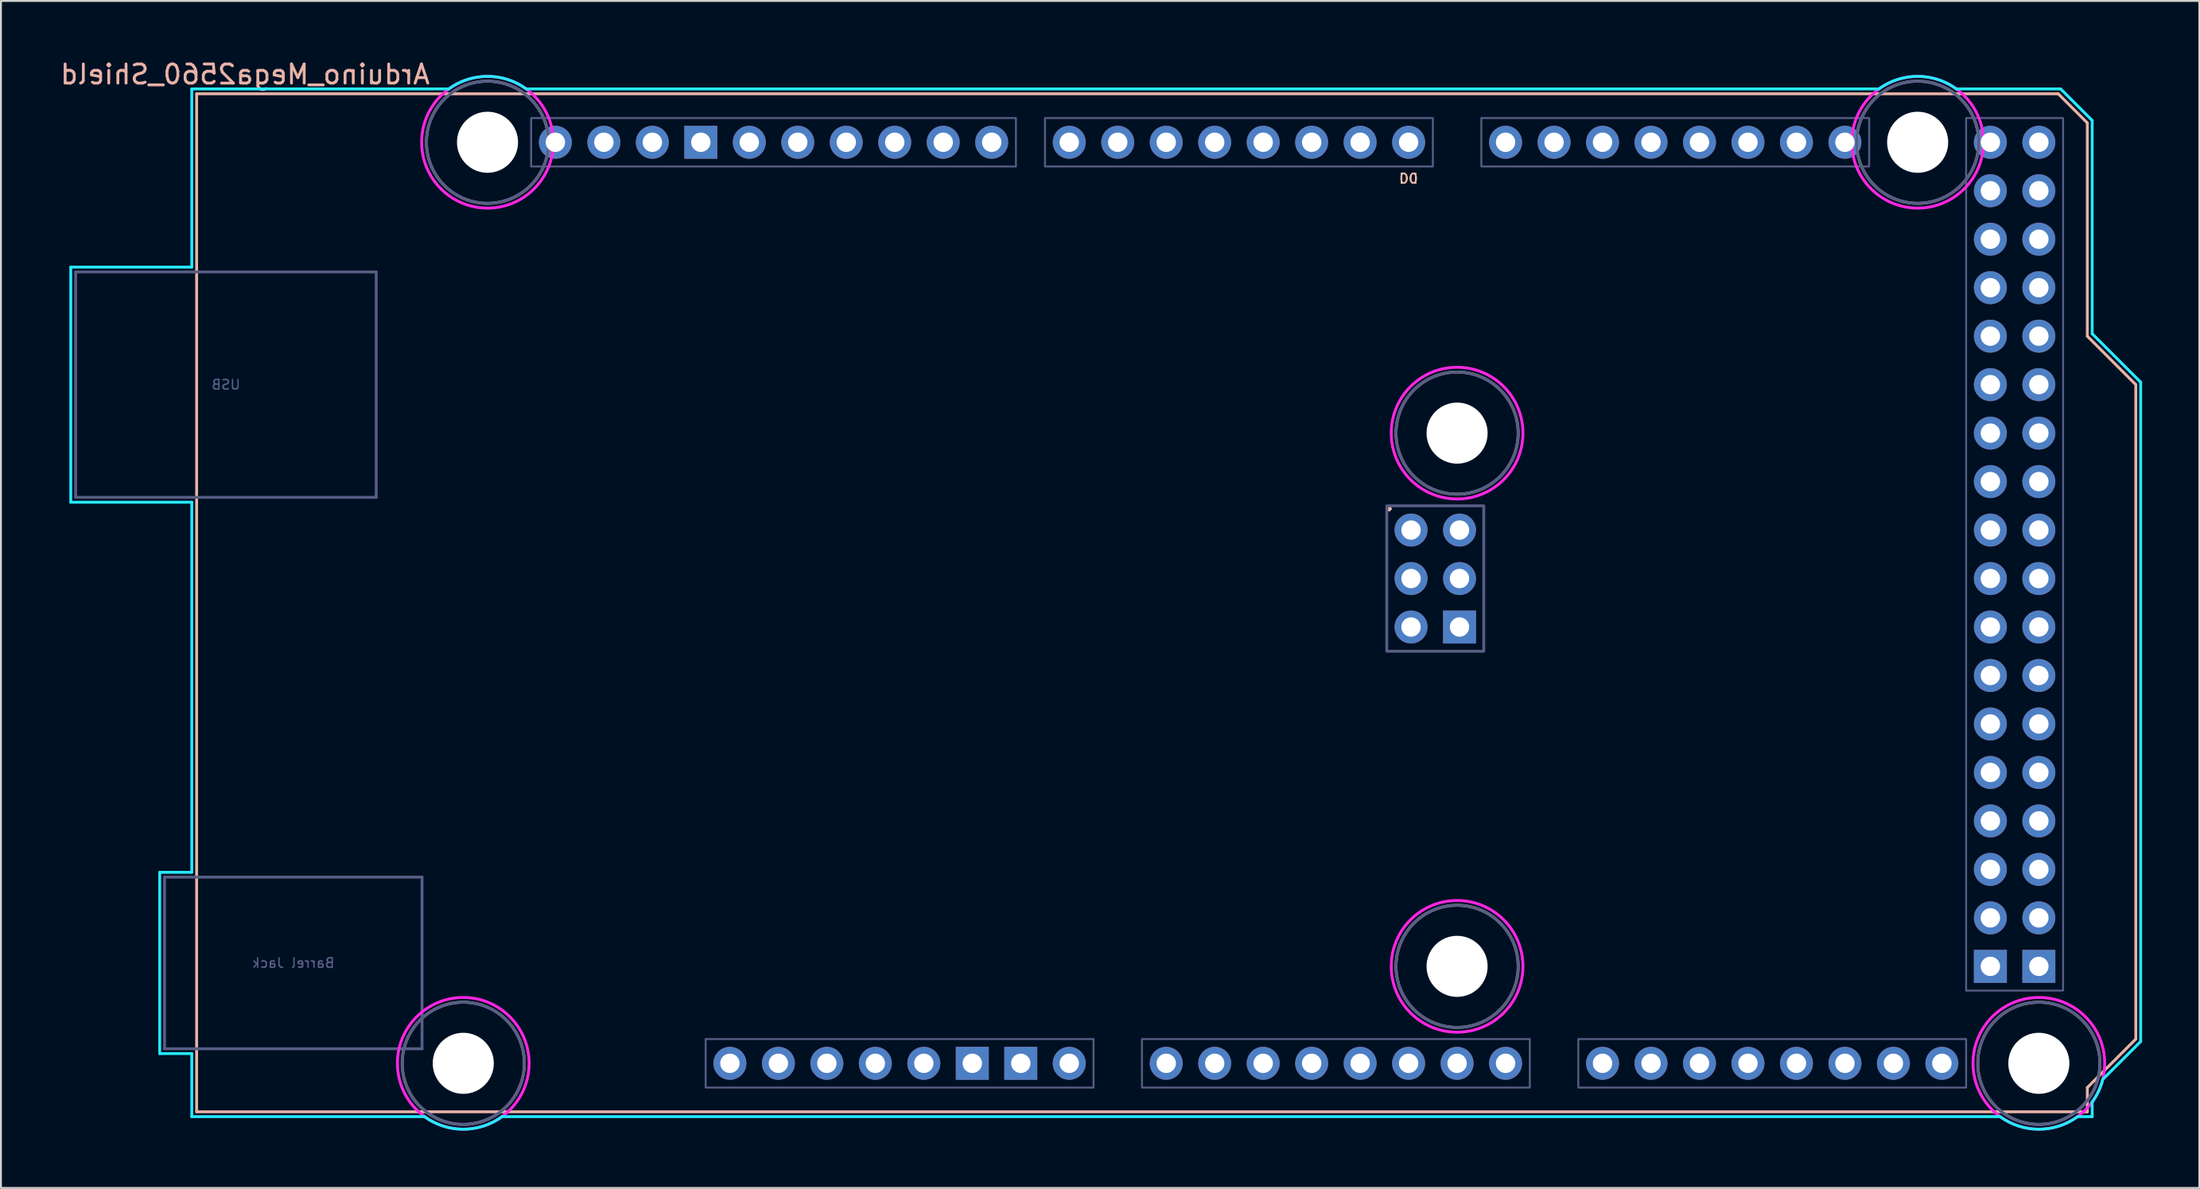
<source format=kicad_pcb>
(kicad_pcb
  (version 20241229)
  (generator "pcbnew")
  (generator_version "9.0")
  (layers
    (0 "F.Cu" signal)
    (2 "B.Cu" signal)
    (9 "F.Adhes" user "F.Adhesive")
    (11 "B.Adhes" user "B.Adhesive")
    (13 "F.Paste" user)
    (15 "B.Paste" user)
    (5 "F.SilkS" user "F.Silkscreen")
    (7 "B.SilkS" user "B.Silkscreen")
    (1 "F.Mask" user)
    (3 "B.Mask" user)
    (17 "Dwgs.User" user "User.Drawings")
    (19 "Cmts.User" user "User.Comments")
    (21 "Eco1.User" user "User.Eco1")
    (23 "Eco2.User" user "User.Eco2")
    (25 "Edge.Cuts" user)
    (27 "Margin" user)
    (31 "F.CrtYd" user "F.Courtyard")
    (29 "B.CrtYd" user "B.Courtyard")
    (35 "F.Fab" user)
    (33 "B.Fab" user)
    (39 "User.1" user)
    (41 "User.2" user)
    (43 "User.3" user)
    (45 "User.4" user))
  (footprint "Arduino_Mega2560_Shield"
    (layer "F.Cu")
    (at 7.252 55.204)
    (property "Reference" "Arduino_Mega2560_Shield" (at 2.54 -54.356 0) (layer "B.SilkS") (effects (font (size 1 1) (thickness 0.15)) (justify mirror)))
    (attr through_hole)
    (fp_line (start 0 -53.34) (end 0 0) (stroke (width 0.15) (type solid)) (layer "B.SilkS"))
    (fp_line (start 0 -53.34) (end 97.536 -53.34) (stroke (width 0.15) (type solid)) (layer "B.SilkS"))
    (fp_line (start 0 0) (end 99.06 0) (stroke (width 0.15) (type solid)) (layer "B.SilkS"))
    (fp_line (start 97.536 -53.34) (end 99.06 -51.816) (stroke (width 0.15) (type solid)) (layer "B.SilkS"))
    (fp_line (start 99.06 -40.64) (end 99.06 -51.816) (stroke (width 0.15) (type solid)) (layer "B.SilkS"))
    (fp_line (start 99.06 -1.27) (end 101.6 -3.81) (stroke (width 0.15) (type solid)) (layer "B.SilkS"))
    (fp_line (start 99.06 0) (end 99.06 -1.27) (stroke (width 0.15) (type solid)) (layer "B.SilkS"))
    (fp_line (start 101.6 -38.1) (end 99.06 -40.64) (stroke (width 0.15) (type solid)) (layer "B.SilkS"))
    (fp_line (start 101.6 -3.81) (end 101.6 -38.1) (stroke (width 0.15) (type solid)) (layer "B.SilkS"))
    (fp_line (start -6.594 -44.258) (end -0.254 -44.258) (stroke (width 0.15) (type solid)) (layer "B.CrtYd"))
    (fp_line (start -6.594 -31.94) (end -6.594 -44.258) (stroke (width 0.15) (type solid)) (layer "B.CrtYd"))
    (fp_line (start -1.934 -12.548) (end -1.934 -3.049) (stroke (width 0.15) (type solid)) (layer "B.CrtYd"))
    (fp_line (start -1.934 -12.548) (end -0.254 -12.548) (stroke (width 0.15) (type solid)) (layer "B.CrtYd"))
    (fp_line (start -1.934 -3.049) (end -0.254 -3.049) (stroke (width 0.15) (type solid)) (layer "B.CrtYd"))
    (fp_line (start -0.254 -53.594) (end -0.254 -44.258) (stroke (width 0.15) (type solid)) (layer "B.CrtYd"))
    (fp_line (start -0.254 -31.94) (end -6.594 -31.94) (stroke (width 0.15) (type solid)) (layer "B.CrtYd"))
    (fp_line (start -0.254 -31.94) (end -0.254 -12.548) (stroke (width 0.15) (type solid)) (layer "B.CrtYd"))
    (fp_line (start -0.254 -3.049) (end -0.254 0.254) (stroke (width 0.15) (type solid)) (layer "B.CrtYd"))
    (fp_line (start 11.938 0.254) (end -0.254 0.254) (stroke (width 0.15) (type solid)) (layer "B.CrtYd"))
    (fp_line (start 13.208 -53.594) (end -0.254 -53.594) (stroke (width 0.15) (type solid)) (layer "B.CrtYd"))
    (fp_line (start 16.002 0.254) (end 94.488 0.254) (stroke (width 0.15) (type solid)) (layer "B.CrtYd"))
    (fp_line (start 17.272 -53.594) (end 88.138 -53.594) (stroke (width 0.15) (type solid)) (layer "B.CrtYd"))
    (fp_line (start 97.663 -53.594) (end 92.202 -53.594) (stroke (width 0.15) (type solid)) (layer "B.CrtYd"))
    (fp_line (start 97.663 -53.594) (end 99.314 -51.943) (stroke (width 0.15) (type solid)) (layer "B.CrtYd"))
    (fp_line (start 99.314 -40.767) (end 99.314 -51.943) (stroke (width 0.15) (type solid)) (layer "B.CrtYd"))
    (fp_line (start 99.314 0.254) (end 98.552 0.254) (stroke (width 0.15) (type solid)) (layer "B.CrtYd"))
    (fp_line (start 99.314 0.254) (end 99.314 -0.508) (stroke (width 0.15) (type solid)) (layer "B.CrtYd"))
    (fp_line (start 99.873 -1.702) (end 101.854 -3.683) (stroke (width 0.15) (type solid)) (layer "B.CrtYd"))
    (fp_line (start 101.854 -38.227) (end 99.314 -40.767) (stroke (width 0.15) (type solid)) (layer "B.CrtYd"))
    (fp_line (start 101.854 -3.683) (end 101.854 -38.227) (stroke (width 0.15) (type solid)) (layer "B.CrtYd"))
    (fp_arc (start 13.208 -53.594) (mid 15.24 -54.254237) (end 17.272 -53.594) (stroke (width 0.15) (type solid)) (layer "B.CrtYd"))
    (fp_arc (start 16.002 0.254) (mid 13.97 0.914237) (end 11.938 0.254) (stroke (width 0.15) (type solid)) (layer "B.CrtYd"))
    (fp_arc (start 88.138 -53.594) (mid 90.17 -54.254237) (end 92.202 -53.594) (stroke (width 0.15) (type solid)) (layer "B.CrtYd"))
    (fp_arc (start 98.552 0.254) (mid 96.52 0.914237) (end 94.488 0.254) (stroke (width 0.15) (type solid)) (layer "B.CrtYd"))
    (fp_arc (start 99.8728 -1.7018) (mid 99.650925 -1.077973) (end 99.314 -0.508) (stroke (width 0.15) (type solid)) (layer "B.CrtYd"))
    (fp_circle (center 13.97 -2.54) (end 17.42 -2.54) (stroke (width 0.15) (type solid)) (fill no) (layer "F.CrtYd"))
    (fp_circle (center 15.24 -50.8) (end 18.69 -50.8) (stroke (width 0.15) (type solid)) (fill no) (layer "F.CrtYd"))
    (fp_circle (center 66.04 -35.56) (end 69.49 -35.56) (stroke (width 0.15) (type solid)) (fill no) (layer "F.CrtYd"))
    (fp_circle (center 66.04 -7.62) (end 69.49 -7.62) (stroke (width 0.15) (type solid)) (fill no) (layer "F.CrtYd"))
    (fp_circle (center 90.17 -50.8) (end 93.62 -50.8) (stroke (width 0.15) (type solid)) (fill no) (layer "F.CrtYd"))
    (fp_circle (center 96.52 -2.54) (end 99.97 -2.54) (stroke (width 0.15) (type solid)) (fill no) (layer "F.CrtYd"))
    (fp_line (start -6.34 -44.004) (end 9.41 -44.004) (stroke (width 0.15) (type solid)) (layer "B.Fab"))
    (fp_line (start -6.34 -32.194) (end -6.34 -44.004) (stroke (width 0.15) (type solid)) (layer "B.Fab"))
    (fp_line (start -6.34 -32.194) (end 9.41 -32.194) (stroke (width 0.15) (type solid)) (layer "B.Fab"))
    (fp_line (start -1.68 -12.294) (end -1.68 -3.303) (stroke (width 0.15) (type solid)) (layer "B.Fab"))
    (fp_line (start -1.68 -12.294) (end 11.81 -12.294) (stroke (width 0.15) (type solid)) (layer "B.Fab"))
    (fp_line (start -1.68 -3.303) (end 11.81 -3.303) (stroke (width 0.15) (type solid)) (layer "B.Fab"))
    (fp_line (start 9.41 -32.194) (end 9.41 -44.004) (stroke (width 0.15) (type solid)) (layer "B.Fab"))
    (fp_line (start 11.81 -12.294) (end 11.81 -3.303) (stroke (width 0.15) (type solid)) (layer "B.Fab"))
    (fp_rect (start 17.526 -52.07) (end 42.926 -49.53) (stroke (width 0.1) (type solid)) (fill no) (layer "B.Fab"))
    (fp_rect (start 26.67 -3.81) (end 46.99 -1.27) (stroke (width 0.1) (type solid)) (fill no) (layer "B.Fab"))
    (fp_rect (start 44.45 -52.07) (end 64.77 -49.53) (stroke (width 0.1) (type solid)) (fill no) (layer "B.Fab"))
    (fp_rect (start 49.53 -3.81) (end 69.85 -1.27) (stroke (width 0.1) (type solid)) (fill no) (layer "B.Fab"))
    (fp_rect (start 62.357 -31.75) (end 67.437 -24.13) (stroke (width 0.15) (type solid)) (fill no) (layer "B.Fab"))
    (fp_rect (start 67.31 -52.07) (end 87.63 -49.53) (stroke (width 0.1) (type solid)) (fill no) (layer "B.Fab"))
    (fp_rect (start 72.39 -3.81) (end 92.71 -1.27) (stroke (width 0.1) (type solid)) (fill no) (layer "B.Fab"))
    (fp_rect (start 92.71 -52.07) (end 97.79 -6.35) (stroke (width 0.1) (type solid)) (fill no) (layer "B.Fab"))
    (fp_circle (center 13.97 -2.54) (end 17.17 -2.54) (stroke (width 0.15) (type solid)) (fill no) (layer "B.Fab"))
    (fp_circle (center 15.24 -50.8) (end 18.44 -50.8) (stroke (width 0.15) (type solid)) (fill no) (layer "B.Fab"))
    (fp_circle (center 66.04 -35.56) (end 69.24 -35.56) (stroke (width 0.15) (type solid)) (fill no) (layer "B.Fab"))
    (fp_circle (center 66.04 -7.62) (end 69.24 -7.62) (stroke (width 0.15) (type solid)) (fill no) (layer "B.Fab"))
    (fp_circle (center 90.17 -50.8) (end 93.37 -50.8) (stroke (width 0.15) (type solid)) (fill no) (layer "B.Fab"))
    (fp_circle (center 96.52 -2.54) (end 99.72 -2.54) (stroke (width 0.15) (type solid)) (fill no) (layer "B.Fab"))
    (fp_circle (center 13.97 -2.54) (end 17.17 -2.54) (stroke (width 0.15) (type solid)) (fill no) (layer "F.Fab"))
    (fp_circle (center 15.24 -50.8) (end 18.44 -50.8) (stroke (width 0.15) (type solid)) (fill no) (layer "F.Fab"))
    (fp_circle (center 66.04 -35.56) (end 69.24 -35.56) (stroke (width 0.15) (type solid)) (fill no) (layer "F.Fab"))
    (fp_circle (center 66.04 -7.62) (end 69.24 -7.62) (stroke (width 0.15) (type solid)) (fill no) (layer "F.Fab"))
    (fp_circle (center 90.17 -50.8) (end 93.37 -50.8) (stroke (width 0.15) (type solid)) (fill no) (layer "F.Fab"))
    (fp_circle (center 96.52 -2.54) (end 99.72 -2.54) (stroke (width 0.15) (type solid)) (fill no) (layer "F.Fab"))
    (fp_text user "D0" (at 63.5 -48.895 0) (unlocked yes) (layer "F.SilkS") (effects (font (size 0.5 0.5) (thickness 0.075))))
    (fp_text user "." (at 62.484 -32.004 0) (layer "F.SilkS") (effects (font (size 1 1) (thickness 0.15))))
    (fp_text user "." (at 62.484 -32.004 0) (layer "B.SilkS") (effects (font (size 1 1) (thickness 0.15))))
    (fp_text user "D0" (at 63.5 -48.895 0) (unlocked yes) (layer "B.SilkS") (effects (font (size 0.5 0.5) (thickness 0.075)) (justify mirror)))
    (fp_text user "Barrel Jack" (at 5.065 -7.798 0) (layer "B.Fab") (effects (font (size 0.5 0.5) (thickness 0.075)) (justify mirror)))
    (fp_text user "USB" (at 1.535 -38.099 0) (layer "B.Fab") (effects (font (size 0.5 0.5) (thickness 0.075)) (justify mirror)))
    (pad "" np_thru_hole circle (at 13.97 -2.54) (size 3.2 3.2) (drill 3.2) (layers "*.Cu" "*.Mask"))
    (pad "" np_thru_hole circle (at 15.24 -50.8) (size 3.2 3.2) (drill 3.2) (layers "*.Cu" "*.Mask"))
    (pad "" thru_hole oval (at 27.94 -2.54) (size 1.727 1.727) (drill 1.016) (layers "*.Cu" "*.Mask"))
    (pad "" np_thru_hole circle (at 66.04 -35.56) (size 3.2 3.2) (drill 3.2) (layers "*.Cu" "*.Mask"))
    (pad "" np_thru_hole circle (at 66.04 -7.62) (size 3.2 3.2) (drill 3.2) (layers "*.Cu" "*.Mask"))
    (pad "" np_thru_hole circle (at 90.17 -50.8) (size 3.2 3.2) (drill 3.2) (layers "*.Cu" "*.Mask"))
    (pad "" np_thru_hole circle (at 96.52 -2.54) (size 3.2 3.2) (drill 3.2) (layers "*.Cu" "*.Mask"))
    (pad "3V3" thru_hole oval (at 35.56 -2.54) (size 1.727 1.727) (drill 1.016) (layers "*.Cu" "*.Mask"))
    (pad "5V1" thru_hole oval (at 38.1 -2.54) (size 1.727 1.727) (drill 1.016) (layers "*.Cu" "*.Mask"))
    (pad "5V2" thru_hole oval (at 66.167 -30.48) (size 1.727 1.727) (drill 1.016) (layers "*.Cu" "*.Mask"))
    (pad "5V3" thru_hole oval (at 93.98 -50.8) (size 1.727 1.727) (drill 1.016) (layers "*.Cu" "*.Mask"))
    (pad "5V4" thru_hole oval (at 96.52 -50.8) (size 1.727 1.727) (drill 1.016) (layers "*.Cu" "*.Mask"))
    (pad "A0" thru_hole oval (at 50.8 -2.54) (size 1.727 1.727) (drill 1.016) (layers "*.Cu" "*.Mask"))
    (pad "A1" thru_hole oval (at 53.34 -2.54) (size 1.727 1.727) (drill 1.016) (layers "*.Cu" "*.Mask"))
    (pad "A2" thru_hole oval (at 55.88 -2.54) (size 1.727 1.727) (drill 1.016) (layers "*.Cu" "*.Mask"))
    (pad "A3" thru_hole oval (at 58.42 -2.54) (size 1.727 1.727) (drill 1.016) (layers "*.Cu" "*.Mask"))
    (pad "A4" thru_hole oval (at 60.96 -2.54) (size 1.727 1.727) (drill 1.016) (layers "*.Cu" "*.Mask"))
    (pad "A5" thru_hole oval (at 63.5 -2.54) (size 1.727 1.727) (drill 1.016) (layers "*.Cu" "*.Mask"))
    (pad "A6" thru_hole oval (at 66.04 -2.54) (size 1.727 1.727) (drill 1.016) (layers "*.Cu" "*.Mask"))
    (pad "A7" thru_hole oval (at 68.58 -2.54) (size 1.727 1.727) (drill 1.016) (layers "*.Cu" "*.Mask"))
    (pad "A8" thru_hole oval (at 73.66 -2.54) (size 1.727 1.727) (drill 1.016) (layers "*.Cu" "*.Mask"))
    (pad "A9" thru_hole oval (at 76.2 -2.54) (size 1.727 1.727) (drill 1.016) (layers "*.Cu" "*.Mask"))
    (pad "A10" thru_hole oval (at 78.74 -2.54) (size 1.727 1.727) (drill 1.016) (layers "*.Cu" "*.Mask"))
    (pad "A11" thru_hole oval (at 81.28 -2.54) (size 1.727 1.727) (drill 1.016) (layers "*.Cu" "*.Mask"))
    (pad "A12" thru_hole oval (at 83.82 -2.54) (size 1.727 1.727) (drill 1.016) (layers "*.Cu" "*.Mask"))
    (pad "A13" thru_hole oval (at 86.36 -2.54) (size 1.727 1.727) (drill 1.016) (layers "*.Cu" "*.Mask"))
    (pad "A14" thru_hole oval (at 88.9 -2.54) (size 1.727 1.727) (drill 1.016) (layers "*.Cu" "*.Mask"))
    (pad "A15" thru_hole oval (at 91.44 -2.54) (size 1.727 1.727) (drill 1.016) (layers "*.Cu" "*.Mask"))
    (pad "AREF" thru_hole oval (at 23.876 -50.8) (size 1.727 1.727) (drill 1.016) (layers "*.Cu" "*.Mask"))
    (pad "D0" thru_hole oval (at 63.5 -50.8) (size 1.727 1.727) (drill 1.016) (layers "*.Cu" "*.Mask"))
    (pad "D1" thru_hole oval (at 60.96 -50.8) (size 1.727 1.727) (drill 1.016) (layers "*.Cu" "*.Mask"))
    (pad "D2" thru_hole oval (at 58.42 -50.8) (size 1.727 1.727) (drill 1.016) (layers "*.Cu" "*.Mask"))
    (pad "D3" thru_hole oval (at 55.88 -50.8) (size 1.727 1.727) (drill 1.016) (layers "*.Cu" "*.Mask"))
    (pad "D4" thru_hole oval (at 53.34 -50.8) (size 1.727 1.727) (drill 1.016) (layers "*.Cu" "*.Mask"))
    (pad "D5" thru_hole oval (at 50.8 -50.8) (size 1.727 1.727) (drill 1.016) (layers "*.Cu" "*.Mask"))
    (pad "D6" thru_hole oval (at 48.26 -50.8) (size 1.727 1.727) (drill 1.016) (layers "*.Cu" "*.Mask"))
    (pad "D7" thru_hole oval (at 45.72 -50.8) (size 1.727 1.727) (drill 1.016) (layers "*.Cu" "*.Mask"))
    (pad "D8" thru_hole oval (at 41.656 -50.8) (size 1.727 1.727) (drill 1.016) (layers "*.Cu" "*.Mask"))
    (pad "D9" thru_hole oval (at 39.116 -50.8) (size 1.727 1.727) (drill 1.016) (layers "*.Cu" "*.Mask"))
    (pad "D10" thru_hole oval (at 36.576 -50.8) (size 1.727 1.727) (drill 1.016) (layers "*.Cu" "*.Mask"))
    (pad "D11" thru_hole oval (at 34.036 -50.8) (size 1.727 1.727) (drill 1.016) (layers "*.Cu" "*.Mask"))
    (pad "D12" thru_hole oval (at 31.496 -50.8) (size 1.727 1.727) (drill 1.016) (layers "*.Cu" "*.Mask"))
    (pad "D13" thru_hole oval (at 28.956 -50.8) (size 1.727 1.727) (drill 1.016) (layers "*.Cu" "*.Mask"))
    (pad "D14" thru_hole oval (at 68.58 -50.8) (size 1.727 1.727) (drill 1.016) (layers "*.Cu" "*.Mask"))
    (pad "D15" thru_hole oval (at 71.12 -50.8) (size 1.727 1.727) (drill 1.016) (layers "*.Cu" "*.Mask"))
    (pad "D16" thru_hole oval (at 73.66 -50.8) (size 1.727 1.727) (drill 1.016) (layers "*.Cu" "*.Mask"))
    (pad "D17" thru_hole oval (at 76.2 -50.8) (size 1.727 1.727) (drill 1.016) (layers "*.Cu" "*.Mask"))
    (pad "D18" thru_hole oval (at 78.74 -50.8) (size 1.727 1.727) (drill 1.016) (layers "*.Cu" "*.Mask"))
    (pad "D19" thru_hole oval (at 81.28 -50.8) (size 1.727 1.727) (drill 1.016) (layers "*.Cu" "*.Mask"))
    (pad "D20" thru_hole oval (at 83.82 -50.8) (size 1.727 1.727) (drill 1.016) (layers "*.Cu" "*.Mask"))
    (pad "D21" thru_hole oval (at 86.36 -50.8) (size 1.727 1.727) (drill 1.016) (layers "*.Cu" "*.Mask"))
    (pad "D22" thru_hole oval (at 93.98 -48.26) (size 1.727 1.727) (drill 1.016) (layers "*.Cu" "*.Mask"))
    (pad "D23" thru_hole oval (at 96.52 -48.26) (size 1.727 1.727) (drill 1.016) (layers "*.Cu" "*.Mask"))
    (pad "D24" thru_hole oval (at 93.98 -45.72) (size 1.727 1.727) (drill 1.016) (layers "*.Cu" "*.Mask"))
    (pad "D25" thru_hole oval (at 96.52 -45.72) (size 1.727 1.727) (drill 1.016) (layers "*.Cu" "*.Mask"))
    (pad "D26" thru_hole oval (at 93.98 -43.18) (size 1.727 1.727) (drill 1.016) (layers "*.Cu" "*.Mask"))
    (pad "D27" thru_hole oval (at 96.52 -43.18) (size 1.727 1.727) (drill 1.016) (layers "*.Cu" "*.Mask"))
    (pad "D28" thru_hole oval (at 93.98 -40.64) (size 1.727 1.727) (drill 1.016) (layers "*.Cu" "*.Mask"))
    (pad "D29" thru_hole oval (at 96.52 -40.64) (size 1.727 1.727) (drill 1.016) (layers "*.Cu" "*.Mask"))
    (pad "D30" thru_hole oval (at 93.98 -38.1) (size 1.727 1.727) (drill 1.016) (layers "*.Cu" "*.Mask"))
    (pad "D31" thru_hole oval (at 96.52 -38.1) (size 1.727 1.727) (drill 1.016) (layers "*.Cu" "*.Mask"))
    (pad "D32" thru_hole oval (at 93.98 -35.56) (size 1.727 1.727) (drill 1.016) (layers "*.Cu" "*.Mask"))
    (pad "D33" thru_hole oval (at 96.52 -35.56) (size 1.727 1.727) (drill 1.016) (layers "*.Cu" "*.Mask"))
    (pad "D34" thru_hole oval (at 93.98 -33.02) (size 1.727 1.727) (drill 1.016) (layers "*.Cu" "*.Mask"))
    (pad "D35" thru_hole oval (at 96.52 -33.02) (size 1.727 1.727) (drill 1.016) (layers "*.Cu" "*.Mask"))
    (pad "D36" thru_hole oval (at 93.98 -30.48) (size 1.727 1.727) (drill 1.016) (layers "*.Cu" "*.Mask"))
    (pad "D37" thru_hole oval (at 96.52 -30.48) (size 1.727 1.727) (drill 1.016) (layers "*.Cu" "*.Mask"))
    (pad "D38" thru_hole oval (at 93.98 -27.94) (size 1.727 1.727) (drill 1.016) (layers "*.Cu" "*.Mask"))
    (pad "D39" thru_hole oval (at 96.52 -27.94) (size 1.727 1.727) (drill 1.016) (layers "*.Cu" "*.Mask"))
    (pad "D40" thru_hole oval (at 93.98 -25.4) (size 1.727 1.727) (drill 1.016) (layers "*.Cu" "*.Mask"))
    (pad "D41" thru_hole oval (at 96.52 -25.4) (size 1.727 1.727) (drill 1.016) (layers "*.Cu" "*.Mask"))
    (pad "D42" thru_hole oval (at 93.98 -22.86) (size 1.727 1.727) (drill 1.016) (layers "*.Cu" "*.Mask"))
    (pad "D43" thru_hole oval (at 96.52 -22.86) (size 1.727 1.727) (drill 1.016) (layers "*.Cu" "*.Mask"))
    (pad "D44" thru_hole oval (at 93.98 -20.32) (size 1.727 1.727) (drill 1.016) (layers "*.Cu" "*.Mask"))
    (pad "D45" thru_hole oval (at 96.52 -20.32) (size 1.727 1.727) (drill 1.016) (layers "*.Cu" "*.Mask"))
    (pad "D46" thru_hole oval (at 93.98 -17.78) (size 1.727 1.727) (drill 1.016) (layers "*.Cu" "*.Mask"))
    (pad "D47" thru_hole oval (at 96.52 -17.78) (size 1.727 1.727) (drill 1.016) (layers "*.Cu" "*.Mask"))
    (pad "D48" thru_hole oval (at 93.98 -15.24) (size 1.727 1.727) (drill 1.016) (layers "*.Cu" "*.Mask"))
    (pad "D49" thru_hole oval (at 96.52 -15.24) (size 1.727 1.727) (drill 1.016) (layers "*.Cu" "*.Mask"))
    (pad "D50" thru_hole oval (at 93.98 -12.7) (size 1.727 1.727) (drill 1.016) (layers "*.Cu" "*.Mask"))
    (pad "D51" thru_hole oval (at 96.52 -12.7) (size 1.727 1.727) (drill 1.016) (layers "*.Cu" "*.Mask"))
    (pad "D52" thru_hole oval (at 93.98 -10.16) (size 1.727 1.727) (drill 1.016) (layers "*.Cu" "*.Mask"))
    (pad "D53" thru_hole oval (at 96.52 -10.16) (size 1.727 1.727) (drill 1.016) (layers "*.Cu" "*.Mask"))
    (pad "GND1" thru_hole rect (at 26.416 -50.8) (size 1.727 1.727) (drill 1.016) (layers "*.Cu" "*.Mask"))
    (pad "GND2" thru_hole rect (at 40.64 -2.54) (size 1.727 1.727) (drill 1.016) (layers "*.Cu" "*.Mask"))
    (pad "GND3" thru_hole rect (at 43.18 -2.54) (size 1.727 1.727) (drill 1.016) (layers "*.Cu" "*.Mask"))
    (pad "GND4" thru_hole rect (at 66.167 -25.4) (size 1.727 1.727) (drill 1.016) (layers "*.Cu" "*.Mask"))
    (pad "GND5" thru_hole rect (at 93.98 -7.62) (size 1.727 1.727) (drill 1.016) (layers "*.Cu" "*.Mask"))
    (pad "GND6" thru_hole rect (at 96.52 -7.62) (size 1.727 1.727) (drill 1.016) (layers "*.Cu" "*.Mask"))
    (pad "IORF" thru_hole oval (at 30.48 -2.54) (size 1.727 1.727) (drill 1.016) (layers "*.Cu" "*.Mask"))
    (pad "MISO" thru_hole oval (at 63.627 -30.48) (size 1.727 1.727) (drill 1.016) (layers "*.Cu" "*.Mask"))
    (pad "MOSI" thru_hole oval (at 66.167 -27.94) (size 1.727 1.727) (drill 1.016) (layers "*.Cu" "*.Mask"))
    (pad "RST1" thru_hole oval (at 33.02 -2.54) (size 1.727 1.727) (drill 1.016) (layers "*.Cu" "*.Mask"))
    (pad "RST2" thru_hole oval (at 63.627 -25.4) (size 1.727 1.727) (drill 1.016) (layers "*.Cu" "*.Mask"))
    (pad "SCK" thru_hole oval (at 63.627 -27.94) (size 1.727 1.727) (drill 1.016) (layers "*.Cu" "*.Mask"))
    (pad "SCL" thru_hole oval (at 18.796 -50.8) (size 1.727 1.727) (drill 1.016) (layers "*.Cu" "*.Mask"))
    (pad "SDA" thru_hole oval (at 21.336 -50.8) (size 1.727 1.727) (drill 1.016) (layers "*.Cu" "*.Mask"))
    (pad "VIN" thru_hole oval (at 45.72 -2.54) (size 1.727 1.727) (drill 1.016) (layers "*.Cu" "*.Mask")))
  (gr_rect
    (start -3 -3)
    (end 112.181 59.193)
    (stroke (width 0.1) (type default))
    (fill no)
    (layer "Edge.Cuts")))
</source>
